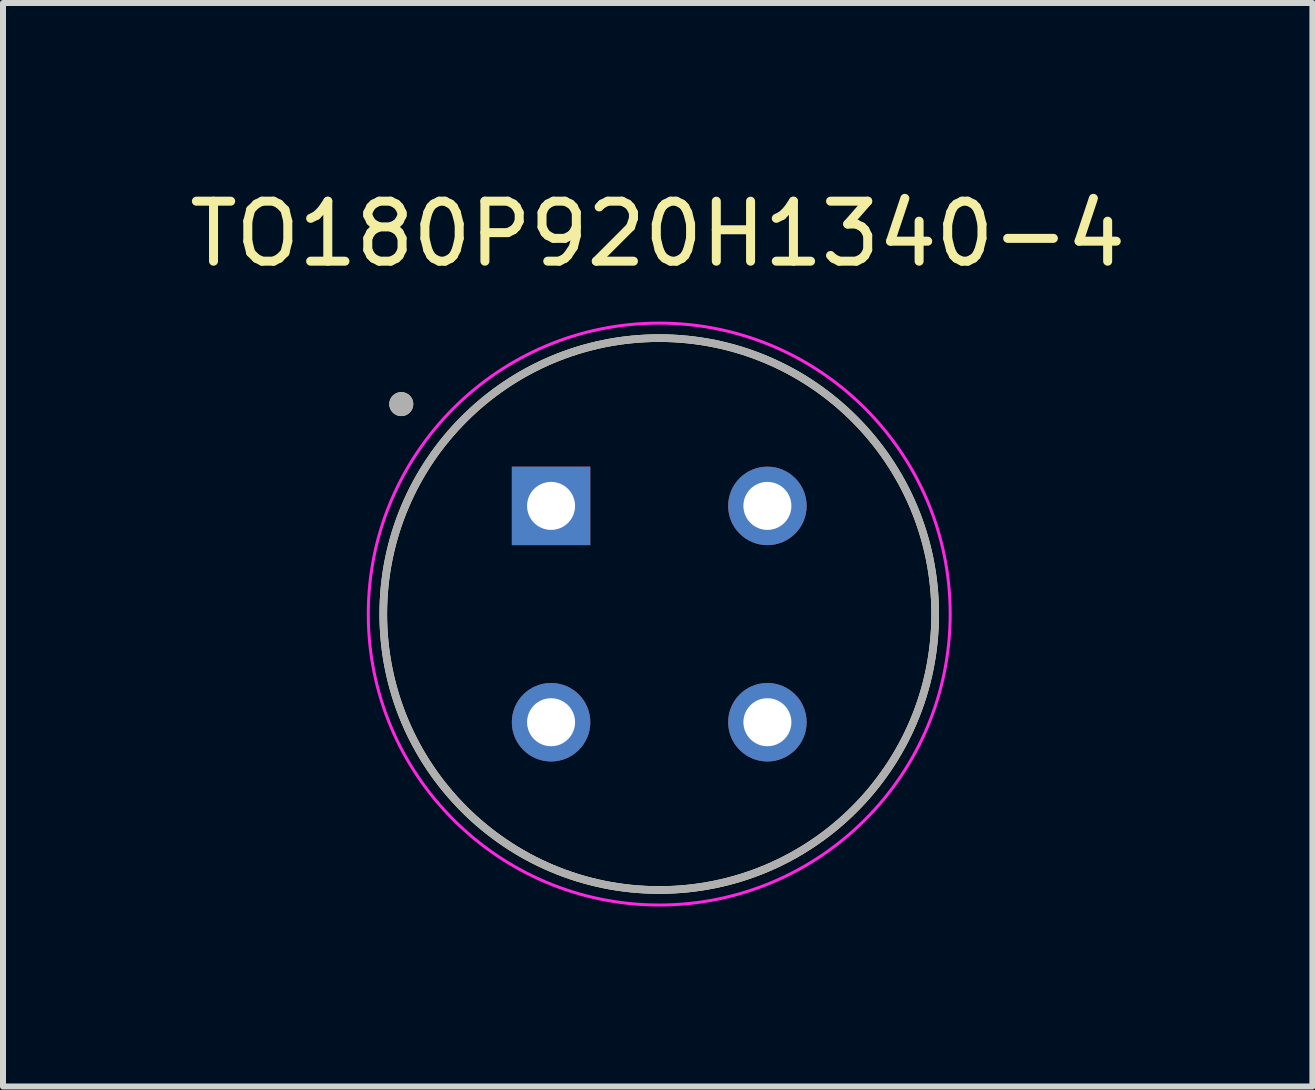
<source format=kicad_pcb>
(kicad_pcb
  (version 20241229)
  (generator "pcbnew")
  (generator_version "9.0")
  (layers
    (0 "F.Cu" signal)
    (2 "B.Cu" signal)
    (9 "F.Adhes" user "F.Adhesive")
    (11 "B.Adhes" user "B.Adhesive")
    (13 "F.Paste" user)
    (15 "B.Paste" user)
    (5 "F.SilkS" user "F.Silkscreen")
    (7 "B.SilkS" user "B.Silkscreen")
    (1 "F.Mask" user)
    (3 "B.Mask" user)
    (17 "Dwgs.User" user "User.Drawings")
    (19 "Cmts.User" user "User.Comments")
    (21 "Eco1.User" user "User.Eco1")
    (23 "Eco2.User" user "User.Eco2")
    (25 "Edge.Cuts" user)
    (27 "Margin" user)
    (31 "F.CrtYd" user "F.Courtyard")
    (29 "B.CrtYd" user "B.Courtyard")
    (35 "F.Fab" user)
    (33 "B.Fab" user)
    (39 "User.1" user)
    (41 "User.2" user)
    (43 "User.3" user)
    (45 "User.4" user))
  (footprint "TO180P920H1340-4"
    (layer "F.Cu")
    (at 7.939 7.186)
    (property "Reference" "TO180P920H1340-4" (at -0.025 -6.337 0) (layer "F.SilkS") (effects (font (size 1 1) (thickness 0.15))))
    (attr through_hole)
    (fp_circle (center -4.3 -3.5) (end -4.2 -3.5) (stroke (width 0.2) (type solid)) (fill no) (layer "F.SilkS"))
    (fp_circle (center 0 0) (end 4.6 0) (stroke (width 0.127) (type solid)) (fill no) (layer "F.SilkS"))
    (fp_circle (center 0 0) (end 4.85 0) (stroke (width 0.05) (type solid)) (fill no) (layer "F.CrtYd"))
    (fp_circle (center -4.3 -3.5) (end -4.2 -3.5) (stroke (width 0.2) (type solid)) (fill no) (layer "F.Fab"))
    (fp_circle (center 0 0) (end 4.6 0) (stroke (width 0.127) (type solid)) (fill no) (layer "F.Fab"))
    (pad "1" thru_hole rect (at -1.803 -1.803) (size 1.308 1.308) (drill 0.8) (layers "*.Cu" "*.Mask"))
    (pad "2" thru_hole circle (at -1.803 1.803) (size 1.308 1.308) (drill 0.8) (layers "*.Cu" "*.Mask"))
    (pad "3" thru_hole circle (at 1.803 1.803) (size 1.308 1.308) (drill 0.8) (layers "*.Cu" "*.Mask"))
    (pad "4" thru_hole circle (at 1.803 -1.803) (size 1.308 1.308) (drill 0.8) (layers "*.Cu" "*.Mask")))
  (gr_rect
    (start -3 -3)
    (end 18.827 15.061)
    (stroke (width 0.1) (type default))
    (fill no)
    (layer "Edge.Cuts")))
</source>
